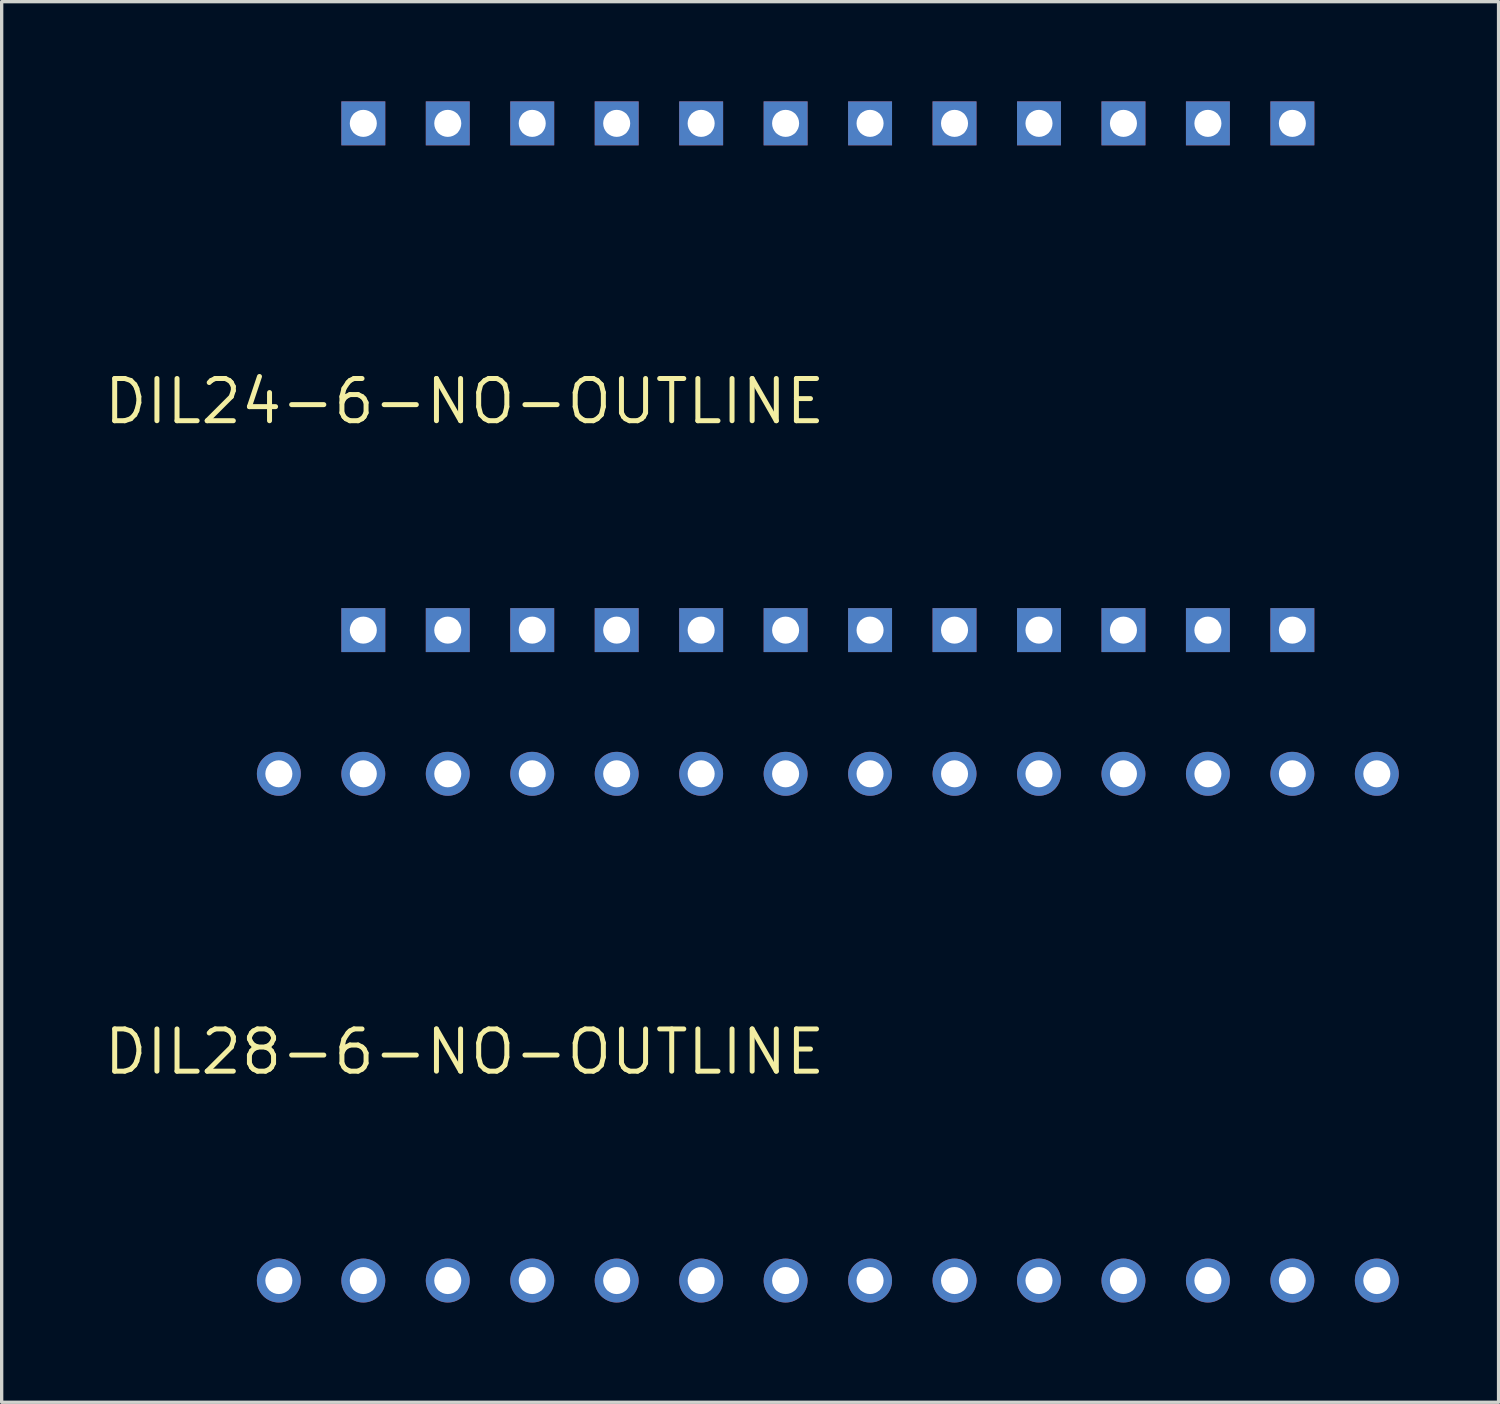
<source format=kicad_pcb>
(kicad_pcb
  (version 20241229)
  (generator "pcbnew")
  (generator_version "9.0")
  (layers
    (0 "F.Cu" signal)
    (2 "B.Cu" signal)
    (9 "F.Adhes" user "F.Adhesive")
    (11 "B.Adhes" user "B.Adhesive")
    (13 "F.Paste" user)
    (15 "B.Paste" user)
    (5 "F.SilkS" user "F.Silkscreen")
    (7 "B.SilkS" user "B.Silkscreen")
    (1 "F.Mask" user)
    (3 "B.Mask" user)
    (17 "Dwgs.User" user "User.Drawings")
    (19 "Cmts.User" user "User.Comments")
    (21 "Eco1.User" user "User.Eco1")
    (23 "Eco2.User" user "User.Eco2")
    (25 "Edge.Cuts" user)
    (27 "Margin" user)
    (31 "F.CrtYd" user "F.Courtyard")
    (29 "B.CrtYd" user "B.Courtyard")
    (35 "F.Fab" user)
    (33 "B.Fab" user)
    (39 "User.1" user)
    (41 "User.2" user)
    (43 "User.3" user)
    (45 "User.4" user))
  (footprint "DIL28-6-NO-OUTLINE"
    (layer "F.Cu")
    (at 21.846 27.841)
    (property "Reference" "DIL28-6-NO-OUTLINE" (at 0 0 0) (layer "F.SilkS") (effects (font (size 1.27 1.27) (thickness 0.15)) (justify right top)))
    (attr through_hole)
    (fp_poly (pts (xy -16.764 -7.366) (xy -16.256 -7.366) (xy -16.256 -7.874) (xy -16.764 -7.874)) (stroke (width 0.1) (type solid)) (fill no) (layer "F.Fab"))
    (fp_poly (pts (xy -16.764 7.874) (xy -16.256 7.874) (xy -16.256 7.366) (xy -16.764 7.366)) (stroke (width 0.1) (type solid)) (fill no) (layer "F.Fab"))
    (fp_poly (pts (xy -14.224 -7.366) (xy -13.716 -7.366) (xy -13.716 -7.874) (xy -14.224 -7.874)) (stroke (width 0.1) (type solid)) (fill no) (layer "F.Fab"))
    (fp_poly (pts (xy -14.224 7.874) (xy -13.716 7.874) (xy -13.716 7.366) (xy -14.224 7.366)) (stroke (width 0.1) (type solid)) (fill no) (layer "F.Fab"))
    (fp_poly (pts (xy -11.684 -7.366) (xy -11.176 -7.366) (xy -11.176 -7.874) (xy -11.684 -7.874)) (stroke (width 0.1) (type solid)) (fill no) (layer "F.Fab"))
    (fp_poly (pts (xy -11.684 7.874) (xy -11.176 7.874) (xy -11.176 7.366) (xy -11.684 7.366)) (stroke (width 0.1) (type solid)) (fill no) (layer "F.Fab"))
    (fp_poly (pts (xy -9.144 -7.366) (xy -8.636 -7.366) (xy -8.636 -7.874) (xy -9.144 -7.874)) (stroke (width 0.1) (type solid)) (fill no) (layer "F.Fab"))
    (fp_poly (pts (xy -9.144 7.874) (xy -8.636 7.874) (xy -8.636 7.366) (xy -9.144 7.366)) (stroke (width 0.1) (type solid)) (fill no) (layer "F.Fab"))
    (fp_poly (pts (xy -6.604 -7.366) (xy -6.096 -7.366) (xy -6.096 -7.874) (xy -6.604 -7.874)) (stroke (width 0.1) (type solid)) (fill no) (layer "F.Fab"))
    (fp_poly (pts (xy -6.604 7.874) (xy -6.096 7.874) (xy -6.096 7.366) (xy -6.604 7.366)) (stroke (width 0.1) (type solid)) (fill no) (layer "F.Fab"))
    (fp_poly (pts (xy -4.064 -7.366) (xy -3.556 -7.366) (xy -3.556 -7.874) (xy -4.064 -7.874)) (stroke (width 0.1) (type solid)) (fill no) (layer "F.Fab"))
    (fp_poly (pts (xy -4.064 7.874) (xy -3.556 7.874) (xy -3.556 7.366) (xy -4.064 7.366)) (stroke (width 0.1) (type solid)) (fill no) (layer "F.Fab"))
    (fp_poly (pts (xy -1.524 -7.366) (xy -1.016 -7.366) (xy -1.016 -7.874) (xy -1.524 -7.874)) (stroke (width 0.1) (type solid)) (fill no) (layer "F.Fab"))
    (fp_poly (pts (xy -1.524 7.874) (xy -1.016 7.874) (xy -1.016 7.366) (xy -1.524 7.366)) (stroke (width 0.1) (type solid)) (fill no) (layer "F.Fab"))
    (fp_poly (pts (xy 1.016 -7.366) (xy 1.524 -7.366) (xy 1.524 -7.874) (xy 1.016 -7.874)) (stroke (width 0.1) (type solid)) (fill no) (layer "F.Fab"))
    (fp_poly (pts (xy 1.016 7.874) (xy 1.524 7.874) (xy 1.524 7.366) (xy 1.016 7.366)) (stroke (width 0.1) (type solid)) (fill no) (layer "F.Fab"))
    (fp_poly (pts (xy 3.556 -7.366) (xy 4.064 -7.366) (xy 4.064 -7.874) (xy 3.556 -7.874)) (stroke (width 0.1) (type solid)) (fill no) (layer "F.Fab"))
    (fp_poly (pts (xy 3.556 7.874) (xy 4.064 7.874) (xy 4.064 7.366) (xy 3.556 7.366)) (stroke (width 0.1) (type solid)) (fill no) (layer "F.Fab"))
    (fp_poly (pts (xy 6.096 -7.366) (xy 6.604 -7.366) (xy 6.604 -7.874) (xy 6.096 -7.874)) (stroke (width 0.1) (type solid)) (fill no) (layer "F.Fab"))
    (fp_poly (pts (xy 6.096 7.874) (xy 6.604 7.874) (xy 6.604 7.366) (xy 6.096 7.366)) (stroke (width 0.1) (type solid)) (fill no) (layer "F.Fab"))
    (fp_poly (pts (xy 8.636 -7.366) (xy 9.144 -7.366) (xy 9.144 -7.874) (xy 8.636 -7.874)) (stroke (width 0.1) (type solid)) (fill no) (layer "F.Fab"))
    (fp_poly (pts (xy 8.636 7.874) (xy 9.144 7.874) (xy 9.144 7.366) (xy 8.636 7.366)) (stroke (width 0.1) (type solid)) (fill no) (layer "F.Fab"))
    (fp_poly (pts (xy 11.176 -7.366) (xy 11.684 -7.366) (xy 11.684 -7.874) (xy 11.176 -7.874)) (stroke (width 0.1) (type solid)) (fill no) (layer "F.Fab"))
    (fp_poly (pts (xy 11.176 7.874) (xy 11.684 7.874) (xy 11.684 7.366) (xy 11.176 7.366)) (stroke (width 0.1) (type solid)) (fill no) (layer "F.Fab"))
    (fp_poly (pts (xy 13.716 -7.366) (xy 14.224 -7.366) (xy 14.224 -7.874) (xy 13.716 -7.874)) (stroke (width 0.1) (type solid)) (fill no) (layer "F.Fab"))
    (fp_poly (pts (xy 13.716 7.874) (xy 14.224 7.874) (xy 14.224 7.366) (xy 13.716 7.366)) (stroke (width 0.1) (type solid)) (fill no) (layer "F.Fab"))
    (fp_poly (pts (xy 16.256 -7.366) (xy 16.764 -7.366) (xy 16.764 -7.874) (xy 16.256 -7.874)) (stroke (width 0.1) (type solid)) (fill no) (layer "F.Fab"))
    (fp_poly (pts (xy 16.256 7.874) (xy 16.764 7.874) (xy 16.764 7.366) (xy 16.256 7.366)) (stroke (width 0.1) (type solid)) (fill no) (layer "F.Fab"))
    (pad "1" thru_hole circle (at -16.51 7.62 90) (size 1.321 1.321) (drill 0.813) (layers "*.Cu" "*.Mask"))
    (pad "2" thru_hole circle (at -13.97 7.62 90) (size 1.321 1.321) (drill 0.813) (layers "*.Cu" "*.Mask"))
    (pad "3" thru_hole circle (at -11.43 7.62 90) (size 1.321 1.321) (drill 0.813) (layers "*.Cu" "*.Mask"))
    (pad "4" thru_hole circle (at -8.89 7.62 90) (size 1.321 1.321) (drill 0.813) (layers "*.Cu" "*.Mask"))
    (pad "5" thru_hole circle (at -6.35 7.62 90) (size 1.321 1.321) (drill 0.813) (layers "*.Cu" "*.Mask"))
    (pad "6" thru_hole circle (at -3.81 7.62 90) (size 1.321 1.321) (drill 0.813) (layers "*.Cu" "*.Mask"))
    (pad "7" thru_hole circle (at -1.27 7.62 90) (size 1.321 1.321) (drill 0.813) (layers "*.Cu" "*.Mask"))
    (pad "8" thru_hole circle (at 1.27 7.62 90) (size 1.321 1.321) (drill 0.813) (layers "*.Cu" "*.Mask"))
    (pad "9" thru_hole circle (at 3.81 7.62 90) (size 1.321 1.321) (drill 0.813) (layers "*.Cu" "*.Mask"))
    (pad "10" thru_hole circle (at 6.35 7.62 90) (size 1.321 1.321) (drill 0.813) (layers "*.Cu" "*.Mask"))
    (pad "11" thru_hole circle (at 8.89 7.62 90) (size 1.321 1.321) (drill 0.813) (layers "*.Cu" "*.Mask"))
    (pad "12" thru_hole circle (at 11.43 7.62 90) (size 1.321 1.321) (drill 0.813) (layers "*.Cu" "*.Mask"))
    (pad "13" thru_hole circle (at 13.97 7.62 90) (size 1.321 1.321) (drill 0.813) (layers "*.Cu" "*.Mask"))
    (pad "14" thru_hole circle (at 16.51 7.62 90) (size 1.321 1.321) (drill 0.813) (layers "*.Cu" "*.Mask"))
    (pad "15" thru_hole circle (at 16.51 -7.62 90) (size 1.321 1.321) (drill 0.813) (layers "*.Cu" "*.Mask"))
    (pad "16" thru_hole circle (at 13.97 -7.62 90) (size 1.321 1.321) (drill 0.813) (layers "*.Cu" "*.Mask"))
    (pad "17" thru_hole circle (at 11.43 -7.62 90) (size 1.321 1.321) (drill 0.813) (layers "*.Cu" "*.Mask"))
    (pad "18" thru_hole circle (at 8.89 -7.62 90) (size 1.321 1.321) (drill 0.813) (layers "*.Cu" "*.Mask"))
    (pad "19" thru_hole circle (at 6.35 -7.62 90) (size 1.321 1.321) (drill 0.813) (layers "*.Cu" "*.Mask"))
    (pad "20" thru_hole circle (at 3.81 -7.62 90) (size 1.321 1.321) (drill 0.813) (layers "*.Cu" "*.Mask"))
    (pad "21" thru_hole circle (at 1.27 -7.62 90) (size 1.321 1.321) (drill 0.813) (layers "*.Cu" "*.Mask"))
    (pad "22" thru_hole circle (at -1.27 -7.62 90) (size 1.321 1.321) (drill 0.813) (layers "*.Cu" "*.Mask"))
    (pad "23" thru_hole circle (at -3.81 -7.62 90) (size 1.321 1.321) (drill 0.813) (layers "*.Cu" "*.Mask"))
    (pad "24" thru_hole circle (at -6.35 -7.62 90) (size 1.321 1.321) (drill 0.813) (layers "*.Cu" "*.Mask"))
    (pad "25" thru_hole circle (at -8.89 -7.62 90) (size 1.321 1.321) (drill 0.813) (layers "*.Cu" "*.Mask"))
    (pad "26" thru_hole circle (at -11.43 -7.62 90) (size 1.321 1.321) (drill 0.813) (layers "*.Cu" "*.Mask"))
    (pad "27" thru_hole circle (at -13.97 -7.62 90) (size 1.321 1.321) (drill 0.813) (layers "*.Cu" "*.Mask"))
    (pad "28" thru_hole circle (at -16.51 -7.62 90) (size 1.321 1.321) (drill 0.813) (layers "*.Cu" "*.Mask")))
  (footprint "DIL24-6-NO-OUTLINE"
    (layer "F.Cu")
    (at 21.846 8.28)
    (property "Reference" "DIL24-6-NO-OUTLINE" (at 0 0 0) (layer "F.SilkS") (effects (font (size 1.27 1.27) (thickness 0.15)) (justify right top)))
    (attr through_hole)
    (fp_poly (pts (xy -14.224 -7.366) (xy -13.716 -7.366) (xy -13.716 -7.874) (xy -14.224 -7.874)) (stroke (width 0.1) (type solid)) (fill no) (layer "F.Fab"))
    (fp_poly (pts (xy -14.224 7.874) (xy -13.716 7.874) (xy -13.716 7.366) (xy -14.224 7.366)) (stroke (width 0.1) (type solid)) (fill no) (layer "F.Fab"))
    (fp_poly (pts (xy -11.684 -7.366) (xy -11.176 -7.366) (xy -11.176 -7.874) (xy -11.684 -7.874)) (stroke (width 0.1) (type solid)) (fill no) (layer "F.Fab"))
    (fp_poly (pts (xy -11.684 7.874) (xy -11.176 7.874) (xy -11.176 7.366) (xy -11.684 7.366)) (stroke (width 0.1) (type solid)) (fill no) (layer "F.Fab"))
    (fp_poly (pts (xy -9.144 -7.366) (xy -8.636 -7.366) (xy -8.636 -7.874) (xy -9.144 -7.874)) (stroke (width 0.1) (type solid)) (fill no) (layer "F.Fab"))
    (fp_poly (pts (xy -9.144 7.874) (xy -8.636 7.874) (xy -8.636 7.366) (xy -9.144 7.366)) (stroke (width 0.1) (type solid)) (fill no) (layer "F.Fab"))
    (fp_poly (pts (xy -6.604 -7.366) (xy -6.096 -7.366) (xy -6.096 -7.874) (xy -6.604 -7.874)) (stroke (width 0.1) (type solid)) (fill no) (layer "F.Fab"))
    (fp_poly (pts (xy -6.604 7.874) (xy -6.096 7.874) (xy -6.096 7.366) (xy -6.604 7.366)) (stroke (width 0.1) (type solid)) (fill no) (layer "F.Fab"))
    (fp_poly (pts (xy -4.064 -7.366) (xy -3.556 -7.366) (xy -3.556 -7.874) (xy -4.064 -7.874)) (stroke (width 0.1) (type solid)) (fill no) (layer "F.Fab"))
    (fp_poly (pts (xy -4.064 7.874) (xy -3.556 7.874) (xy -3.556 7.366) (xy -4.064 7.366)) (stroke (width 0.1) (type solid)) (fill no) (layer "F.Fab"))
    (fp_poly (pts (xy -1.524 -7.366) (xy -1.016 -7.366) (xy -1.016 -7.874) (xy -1.524 -7.874)) (stroke (width 0.1) (type solid)) (fill no) (layer "F.Fab"))
    (fp_poly (pts (xy -1.524 7.874) (xy -1.016 7.874) (xy -1.016 7.366) (xy -1.524 7.366)) (stroke (width 0.1) (type solid)) (fill no) (layer "F.Fab"))
    (fp_poly (pts (xy 1.016 -7.366) (xy 1.524 -7.366) (xy 1.524 -7.874) (xy 1.016 -7.874)) (stroke (width 0.1) (type solid)) (fill no) (layer "F.Fab"))
    (fp_poly (pts (xy 1.016 7.874) (xy 1.524 7.874) (xy 1.524 7.366) (xy 1.016 7.366)) (stroke (width 0.1) (type solid)) (fill no) (layer "F.Fab"))
    (fp_poly (pts (xy 3.556 -7.366) (xy 4.064 -7.366) (xy 4.064 -7.874) (xy 3.556 -7.874)) (stroke (width 0.1) (type solid)) (fill no) (layer "F.Fab"))
    (fp_poly (pts (xy 3.556 7.874) (xy 4.064 7.874) (xy 4.064 7.366) (xy 3.556 7.366)) (stroke (width 0.1) (type solid)) (fill no) (layer "F.Fab"))
    (fp_poly (pts (xy 6.096 -7.366) (xy 6.604 -7.366) (xy 6.604 -7.874) (xy 6.096 -7.874)) (stroke (width 0.1) (type solid)) (fill no) (layer "F.Fab"))
    (fp_poly (pts (xy 6.096 7.874) (xy 6.604 7.874) (xy 6.604 7.366) (xy 6.096 7.366)) (stroke (width 0.1) (type solid)) (fill no) (layer "F.Fab"))
    (fp_poly (pts (xy 8.636 -7.366) (xy 9.144 -7.366) (xy 9.144 -7.874) (xy 8.636 -7.874)) (stroke (width 0.1) (type solid)) (fill no) (layer "F.Fab"))
    (fp_poly (pts (xy 8.636 7.874) (xy 9.144 7.874) (xy 9.144 7.366) (xy 8.636 7.366)) (stroke (width 0.1) (type solid)) (fill no) (layer "F.Fab"))
    (fp_poly (pts (xy 11.176 -7.366) (xy 11.684 -7.366) (xy 11.684 -7.874) (xy 11.176 -7.874)) (stroke (width 0.1) (type solid)) (fill no) (layer "F.Fab"))
    (fp_poly (pts (xy 11.176 7.874) (xy 11.684 7.874) (xy 11.684 7.366) (xy 11.176 7.366)) (stroke (width 0.1) (type solid)) (fill no) (layer "F.Fab"))
    (fp_poly (pts (xy 13.716 -7.366) (xy 14.224 -7.366) (xy 14.224 -7.874) (xy 13.716 -7.874)) (stroke (width 0.1) (type solid)) (fill no) (layer "F.Fab"))
    (fp_poly (pts (xy 13.716 7.874) (xy 14.224 7.874) (xy 14.224 7.366) (xy 13.716 7.366)) (stroke (width 0.1) (type solid)) (fill no) (layer "F.Fab"))
    (pad "1" thru_hole rect (at -13.97 7.62 90) (size 1.321 1.321) (drill 0.813) (layers "*.Cu" "*.Mask"))
    (pad "2" thru_hole rect (at -11.43 7.62 90) (size 1.321 1.321) (drill 0.813) (layers "*.Cu" "*.Mask"))
    (pad "3" thru_hole rect (at -8.89 7.62 90) (size 1.321 1.321) (drill 0.813) (layers "*.Cu" "*.Mask"))
    (pad "4" thru_hole rect (at -6.35 7.62 90) (size 1.321 1.321) (drill 0.813) (layers "*.Cu" "*.Mask"))
    (pad "5" thru_hole rect (at -3.81 7.62 90) (size 1.321 1.321) (drill 0.813) (layers "*.Cu" "*.Mask"))
    (pad "6" thru_hole rect (at -1.27 7.62 90) (size 1.321 1.321) (drill 0.813) (layers "*.Cu" "*.Mask"))
    (pad "7" thru_hole rect (at 1.27 7.62 90) (size 1.321 1.321) (drill 0.813) (layers "*.Cu" "*.Mask"))
    (pad "8" thru_hole rect (at 3.81 7.62 90) (size 1.321 1.321) (drill 0.813) (layers "*.Cu" "*.Mask"))
    (pad "9" thru_hole rect (at 6.35 7.62 90) (size 1.321 1.321) (drill 0.813) (layers "*.Cu" "*.Mask"))
    (pad "10" thru_hole rect (at 8.89 7.62 90) (size 1.321 1.321) (drill 0.813) (layers "*.Cu" "*.Mask"))
    (pad "11" thru_hole rect (at 11.43 7.62 90) (size 1.321 1.321) (drill 0.813) (layers "*.Cu" "*.Mask"))
    (pad "12" thru_hole rect (at 13.97 7.62 90) (size 1.321 1.321) (drill 0.813) (layers "*.Cu" "*.Mask"))
    (pad "13" thru_hole rect (at 13.97 -7.62 90) (size 1.321 1.321) (drill 0.813) (layers "*.Cu" "*.Mask"))
    (pad "14" thru_hole rect (at 11.43 -7.62 90) (size 1.321 1.321) (drill 0.813) (layers "*.Cu" "*.Mask"))
    (pad "15" thru_hole rect (at 8.89 -7.62 90) (size 1.321 1.321) (drill 0.813) (layers "*.Cu" "*.Mask"))
    (pad "16" thru_hole rect (at 6.35 -7.62 90) (size 1.321 1.321) (drill 0.813) (layers "*.Cu" "*.Mask"))
    (pad "17" thru_hole rect (at 3.81 -7.62 90) (size 1.321 1.321) (drill 0.813) (layers "*.Cu" "*.Mask"))
    (pad "18" thru_hole rect (at 1.27 -7.62 90) (size 1.321 1.321) (drill 0.813) (layers "*.Cu" "*.Mask"))
    (pad "19" thru_hole rect (at -1.27 -7.62 90) (size 1.321 1.321) (drill 0.813) (layers "*.Cu" "*.Mask"))
    (pad "20" thru_hole rect (at -3.81 -7.62 90) (size 1.321 1.321) (drill 0.813) (layers "*.Cu" "*.Mask"))
    (pad "21" thru_hole rect (at -6.35 -7.62 90) (size 1.321 1.321) (drill 0.813) (layers "*.Cu" "*.Mask"))
    (pad "22" thru_hole rect (at -8.89 -7.62 90) (size 1.321 1.321) (drill 0.813) (layers "*.Cu" "*.Mask"))
    (pad "23" thru_hole rect (at -11.43 -7.62 90) (size 1.321 1.321) (drill 0.813) (layers "*.Cu" "*.Mask"))
    (pad "24" thru_hole rect (at -13.97 -7.62 90) (size 1.321 1.321) (drill 0.813) (layers "*.Cu" "*.Mask")))
  (gr_rect
    (start -3 -3)
    (end 42.017 39.122)
    (stroke (width 0.1) (type default))
    (fill no)
    (layer "Edge.Cuts")))
</source>
